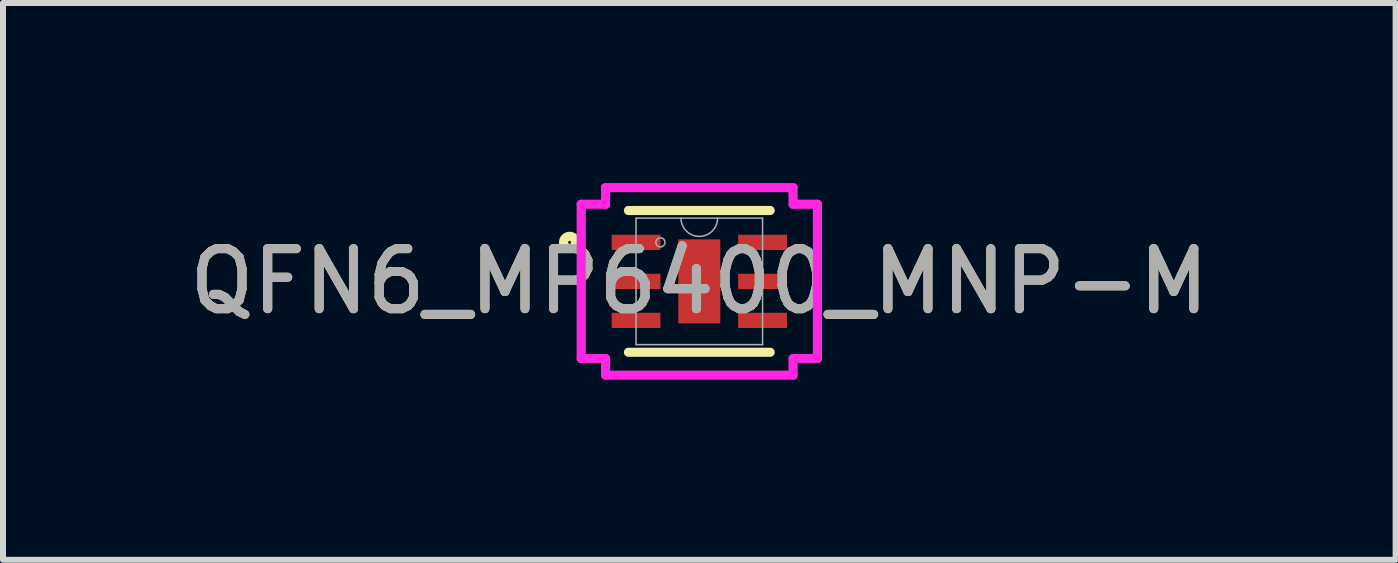
<source format=kicad_pcb>
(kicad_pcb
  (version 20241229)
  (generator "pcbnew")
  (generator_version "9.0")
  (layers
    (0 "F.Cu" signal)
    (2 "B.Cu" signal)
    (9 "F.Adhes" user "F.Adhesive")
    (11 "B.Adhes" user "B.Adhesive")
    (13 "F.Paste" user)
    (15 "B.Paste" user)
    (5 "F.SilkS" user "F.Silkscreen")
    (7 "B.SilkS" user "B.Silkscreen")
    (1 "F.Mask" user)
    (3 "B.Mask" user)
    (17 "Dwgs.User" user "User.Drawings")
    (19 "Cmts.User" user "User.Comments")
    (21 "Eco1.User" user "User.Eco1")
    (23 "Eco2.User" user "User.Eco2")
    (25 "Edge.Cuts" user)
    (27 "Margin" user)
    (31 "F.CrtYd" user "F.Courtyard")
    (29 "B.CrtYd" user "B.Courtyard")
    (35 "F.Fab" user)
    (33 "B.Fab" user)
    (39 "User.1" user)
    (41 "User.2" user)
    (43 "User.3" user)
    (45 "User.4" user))
  (footprint "QFN6_MP6400_MNP-M"
    (layer "F.Cu")
    (at 8.601 1.638)
    (property "Reference" "QFN6_MP6400_MNP-M" (at 0 0 0) (unlocked yes) (layer "F.SilkS") (effects (font (size 1 1) (thickness 0.15))))
    (attr smd)
    (fp_line (start -1.181 1.181) (end 1.181 1.181) (stroke (width 0.152) (type solid)) (layer "F.SilkS"))
    (fp_line (start 1.181 -1.181) (end -1.181 -1.181) (stroke (width 0.152) (type solid)) (layer "F.SilkS"))
    (fp_circle (center -2.161 -0.65) (end -2.06 -0.65) (stroke (width 0.152) (type solid)) (fill no) (layer "F.SilkS"))
    (fp_line (start -1.968 -1.285) (end -1.562 -1.285) (stroke (width 0.152) (type solid)) (layer "F.CrtYd"))
    (fp_line (start -1.968 1.285) (end -1.968 -1.285) (stroke (width 0.152) (type solid)) (layer "F.CrtYd"))
    (fp_line (start -1.968 1.285) (end -1.562 1.285) (stroke (width 0.152) (type solid)) (layer "F.CrtYd"))
    (fp_line (start -1.562 -1.562) (end 1.562 -1.562) (stroke (width 0.152) (type solid)) (layer "F.CrtYd"))
    (fp_line (start -1.562 -1.285) (end -1.562 -1.562) (stroke (width 0.152) (type solid)) (layer "F.CrtYd"))
    (fp_line (start -1.562 1.562) (end -1.562 1.285) (stroke (width 0.152) (type solid)) (layer "F.CrtYd"))
    (fp_line (start 1.562 -1.562) (end 1.562 -1.285) (stroke (width 0.152) (type solid)) (layer "F.CrtYd"))
    (fp_line (start 1.562 1.285) (end 1.562 1.562) (stroke (width 0.152) (type solid)) (layer "F.CrtYd"))
    (fp_line (start 1.562 1.562) (end -1.562 1.562) (stroke (width 0.152) (type solid)) (layer "F.CrtYd"))
    (fp_line (start 1.968 -1.285) (end 1.562 -1.285) (stroke (width 0.152) (type solid)) (layer "F.CrtYd"))
    (fp_line (start 1.968 -1.285) (end 1.968 1.285) (stroke (width 0.152) (type solid)) (layer "F.CrtYd"))
    (fp_line (start 1.968 1.285) (end 1.562 1.285) (stroke (width 0.152) (type solid)) (layer "F.CrtYd"))
    (fp_line (start -1.054 -1.054) (end -1.054 1.054) (stroke (width 0.025) (type solid)) (layer "F.Fab"))
    (fp_line (start -1.054 1.054) (end 1.054 1.054) (stroke (width 0.025) (type solid)) (layer "F.Fab"))
    (fp_line (start 1.054 -1.054) (end -1.054 -1.054) (stroke (width 0.025) (type solid)) (layer "F.Fab"))
    (fp_line (start 1.054 1.054) (end 1.054 -1.054) (stroke (width 0.025) (type solid)) (layer "F.Fab"))
    (fp_arc (start 0.3048 -1.0541) (mid 0 -0.7493) (end -0.3048 -1.0541) (stroke (width 0.0254) (type solid)) (layer "F.Fab"))
    (fp_circle (center -0.648 -0.65) (end -0.572 -0.65) (stroke (width 0.025) (type solid)) (fill no) (layer "F.Fab"))
    (fp_text user "${REFERENCE}" (at 0 0 0) (unlocked yes) (layer "F.Fab") (effects (font (size 1 1) (thickness 0.15))))
    (pad "1" smd rect (at -1.054 -0.65) (size 0.813 0.254) (layers "F.Cu" "F.Mask" "F.Paste"))
    (pad "2" smd rect (at -1.054 0) (size 0.813 0.254) (layers "F.Cu" "F.Mask" "F.Paste"))
    (pad "3" smd rect (at -1.054 0.65) (size 0.813 0.254) (layers "F.Cu" "F.Mask" "F.Paste"))
    (pad "4" smd rect (at 1.054 0.65) (size 0.813 0.254) (layers "F.Cu" "F.Mask" "F.Paste"))
    (pad "5" smd rect (at 1.054 0) (size 0.813 0.254) (layers "F.Cu" "F.Mask" "F.Paste"))
    (pad "6" smd rect (at 1.054 -0.65) (size 0.813 0.254) (layers "F.Cu" "F.Mask" "F.Paste"))
    (pad "7" smd rect (at 0 0) (size 0.7 1.4) (layers "F.Cu" "F.Mask" "F.Paste")))
  (gr_rect
    (start -3 -3)
    (end 20.202 6.277)
    (stroke (width 0.1) (type default))
    (fill no)
    (layer "Edge.Cuts")))
</source>
